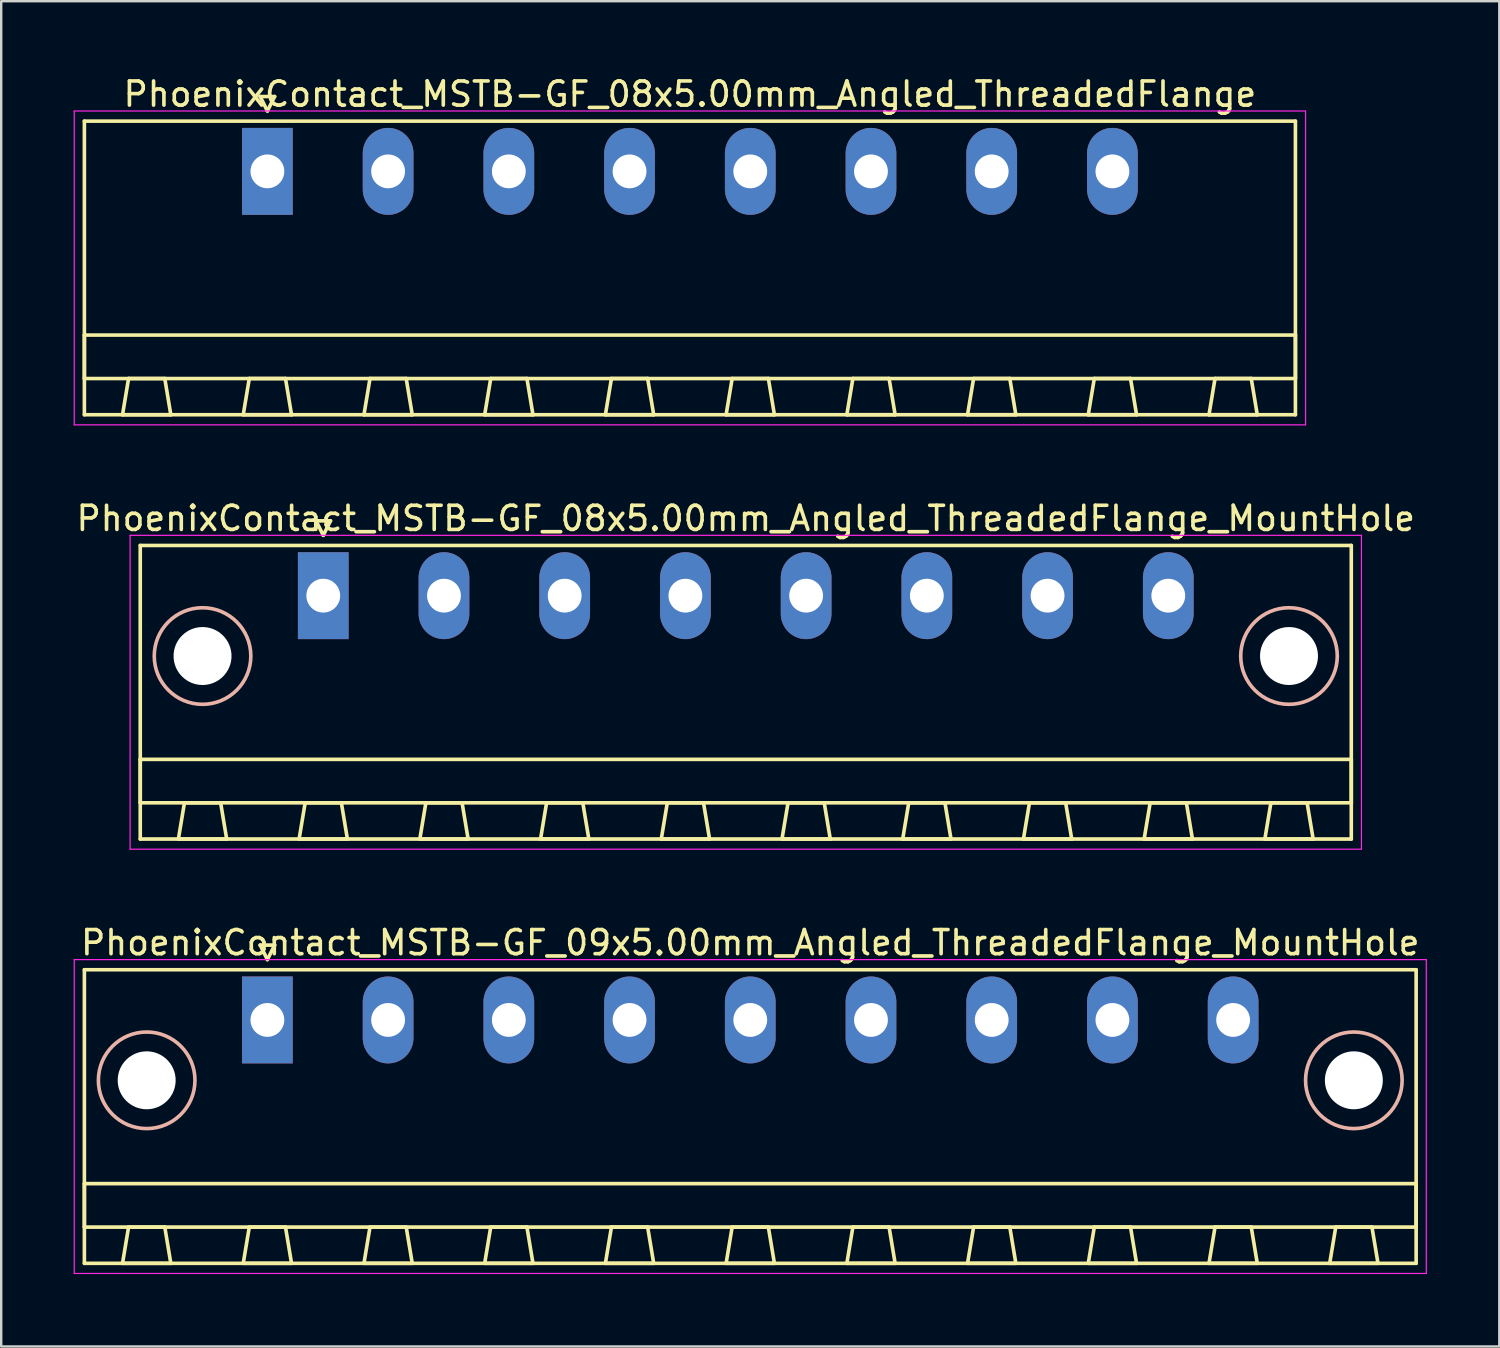
<source format=kicad_pcb>
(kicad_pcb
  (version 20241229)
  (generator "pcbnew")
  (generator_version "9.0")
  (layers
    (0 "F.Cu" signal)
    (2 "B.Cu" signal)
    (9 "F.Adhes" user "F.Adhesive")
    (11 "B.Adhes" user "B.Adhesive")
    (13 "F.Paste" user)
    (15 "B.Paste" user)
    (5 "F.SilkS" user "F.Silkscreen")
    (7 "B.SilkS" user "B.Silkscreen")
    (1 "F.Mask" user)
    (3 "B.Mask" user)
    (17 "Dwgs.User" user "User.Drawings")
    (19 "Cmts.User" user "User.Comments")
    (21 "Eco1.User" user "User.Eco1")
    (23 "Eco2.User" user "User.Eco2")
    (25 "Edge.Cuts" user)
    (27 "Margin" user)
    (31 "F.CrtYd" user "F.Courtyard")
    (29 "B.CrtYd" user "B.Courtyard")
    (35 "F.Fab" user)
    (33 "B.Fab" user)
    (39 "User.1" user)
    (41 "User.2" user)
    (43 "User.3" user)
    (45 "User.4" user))
  (footprint "PhoenixContact_MSTB-GF_09x5.00mm_Angled_ThreadedFlange_MountHole"
    (layer "F.Cu")
    (at 8.025 39.195)
    (property "Reference" "PhoenixContact_MSTB-GF_09x5.00mm_Angled_ThreadedFlange_MountHole" (at 20 -3.2 0) (layer "F.SilkS") (effects (font (size 1 1) (thickness 0.15))))
    (attr through_hole)
    (fp_line (start -7.58 -2.08) (end -7.58 10.08) (stroke (width 0.15) (type solid)) (layer "F.SilkS"))
    (fp_line (start -7.58 6.78) (end 47.58 6.78) (stroke (width 0.15) (type solid)) (layer "F.SilkS"))
    (fp_line (start -7.58 8.58) (end -7.58 6.78) (stroke (width 0.15) (type solid)) (layer "F.SilkS"))
    (fp_line (start -7.58 10.08) (end 47.58 10.08) (stroke (width 0.15) (type solid)) (layer "F.SilkS"))
    (fp_line (start -6 10.08) (end -4 10.08) (stroke (width 0.15) (type solid)) (layer "F.SilkS"))
    (fp_line (start -5.75 8.58) (end -6 10.08) (stroke (width 0.15) (type solid)) (layer "F.SilkS"))
    (fp_line (start -4.25 8.58) (end -5.75 8.58) (stroke (width 0.15) (type solid)) (layer "F.SilkS"))
    (fp_line (start -4 10.08) (end -4.25 8.58) (stroke (width 0.15) (type solid)) (layer "F.SilkS"))
    (fp_line (start -1 10.08) (end 1 10.08) (stroke (width 0.15) (type solid)) (layer "F.SilkS"))
    (fp_line (start -0.75 8.58) (end -1 10.08) (stroke (width 0.15) (type solid)) (layer "F.SilkS"))
    (fp_line (start -0.3 -3.1) (end 0 -2.5) (stroke (width 0.15) (type solid)) (layer "F.SilkS"))
    (fp_line (start 0 -2.5) (end 0.3 -3.1) (stroke (width 0.15) (type solid)) (layer "F.SilkS"))
    (fp_line (start 0.3 -3.1) (end -0.3 -3.1) (stroke (width 0.15) (type solid)) (layer "F.SilkS"))
    (fp_line (start 0.75 8.58) (end -0.75 8.58) (stroke (width 0.15) (type solid)) (layer "F.SilkS"))
    (fp_line (start 1 10.08) (end 0.75 8.58) (stroke (width 0.15) (type solid)) (layer "F.SilkS"))
    (fp_line (start 4 10.08) (end 6 10.08) (stroke (width 0.15) (type solid)) (layer "F.SilkS"))
    (fp_line (start 4.25 8.58) (end 4 10.08) (stroke (width 0.15) (type solid)) (layer "F.SilkS"))
    (fp_line (start 5.75 8.58) (end 4.25 8.58) (stroke (width 0.15) (type solid)) (layer "F.SilkS"))
    (fp_line (start 6 10.08) (end 5.75 8.58) (stroke (width 0.15) (type solid)) (layer "F.SilkS"))
    (fp_line (start 9 10.08) (end 11 10.08) (stroke (width 0.15) (type solid)) (layer "F.SilkS"))
    (fp_line (start 9.25 8.58) (end 9 10.08) (stroke (width 0.15) (type solid)) (layer "F.SilkS"))
    (fp_line (start 10.75 8.58) (end 9.25 8.58) (stroke (width 0.15) (type solid)) (layer "F.SilkS"))
    (fp_line (start 11 10.08) (end 10.75 8.58) (stroke (width 0.15) (type solid)) (layer "F.SilkS"))
    (fp_line (start 14 10.08) (end 16 10.08) (stroke (width 0.15) (type solid)) (layer "F.SilkS"))
    (fp_line (start 14.25 8.58) (end 14 10.08) (stroke (width 0.15) (type solid)) (layer "F.SilkS"))
    (fp_line (start 15.75 8.58) (end 14.25 8.58) (stroke (width 0.15) (type solid)) (layer "F.SilkS"))
    (fp_line (start 16 10.08) (end 15.75 8.58) (stroke (width 0.15) (type solid)) (layer "F.SilkS"))
    (fp_line (start 19 10.08) (end 21 10.08) (stroke (width 0.15) (type solid)) (layer "F.SilkS"))
    (fp_line (start 19.25 8.58) (end 19 10.08) (stroke (width 0.15) (type solid)) (layer "F.SilkS"))
    (fp_line (start 20.75 8.58) (end 19.25 8.58) (stroke (width 0.15) (type solid)) (layer "F.SilkS"))
    (fp_line (start 21 10.08) (end 20.75 8.58) (stroke (width 0.15) (type solid)) (layer "F.SilkS"))
    (fp_line (start 24 10.08) (end 26 10.08) (stroke (width 0.15) (type solid)) (layer "F.SilkS"))
    (fp_line (start 24.25 8.58) (end 24 10.08) (stroke (width 0.15) (type solid)) (layer "F.SilkS"))
    (fp_line (start 25.75 8.58) (end 24.25 8.58) (stroke (width 0.15) (type solid)) (layer "F.SilkS"))
    (fp_line (start 26 10.08) (end 25.75 8.58) (stroke (width 0.15) (type solid)) (layer "F.SilkS"))
    (fp_line (start 29 10.08) (end 31 10.08) (stroke (width 0.15) (type solid)) (layer "F.SilkS"))
    (fp_line (start 29.25 8.58) (end 29 10.08) (stroke (width 0.15) (type solid)) (layer "F.SilkS"))
    (fp_line (start 30.75 8.58) (end 29.25 8.58) (stroke (width 0.15) (type solid)) (layer "F.SilkS"))
    (fp_line (start 31 10.08) (end 30.75 8.58) (stroke (width 0.15) (type solid)) (layer "F.SilkS"))
    (fp_line (start 34 10.08) (end 36 10.08) (stroke (width 0.15) (type solid)) (layer "F.SilkS"))
    (fp_line (start 34.25 8.58) (end 34 10.08) (stroke (width 0.15) (type solid)) (layer "F.SilkS"))
    (fp_line (start 35.75 8.58) (end 34.25 8.58) (stroke (width 0.15) (type solid)) (layer "F.SilkS"))
    (fp_line (start 36 10.08) (end 35.75 8.58) (stroke (width 0.15) (type solid)) (layer "F.SilkS"))
    (fp_line (start 39 10.08) (end 41 10.08) (stroke (width 0.15) (type solid)) (layer "F.SilkS"))
    (fp_line (start 39.25 8.58) (end 39 10.08) (stroke (width 0.15) (type solid)) (layer "F.SilkS"))
    (fp_line (start 40.75 8.58) (end 39.25 8.58) (stroke (width 0.15) (type solid)) (layer "F.SilkS"))
    (fp_line (start 41 10.08) (end 40.75 8.58) (stroke (width 0.15) (type solid)) (layer "F.SilkS"))
    (fp_line (start 44 10.08) (end 46 10.08) (stroke (width 0.15) (type solid)) (layer "F.SilkS"))
    (fp_line (start 44.25 8.58) (end 44 10.08) (stroke (width 0.15) (type solid)) (layer "F.SilkS"))
    (fp_line (start 45.75 8.58) (end 44.25 8.58) (stroke (width 0.15) (type solid)) (layer "F.SilkS"))
    (fp_line (start 46 10.08) (end 45.75 8.58) (stroke (width 0.15) (type solid)) (layer "F.SilkS"))
    (fp_line (start 47.58 -2.08) (end -7.58 -2.08) (stroke (width 0.15) (type solid)) (layer "F.SilkS"))
    (fp_line (start 47.58 6.78) (end 47.58 8.58) (stroke (width 0.15) (type solid)) (layer "F.SilkS"))
    (fp_line (start 47.58 8.58) (end -7.58 8.58) (stroke (width 0.15) (type solid)) (layer "F.SilkS"))
    (fp_line (start 47.58 10.08) (end 47.58 -2.08) (stroke (width 0.15) (type solid)) (layer "F.SilkS"))
    (fp_circle (center -5 2.5) (end -3 2.5) (stroke (width 0.15) (type solid)) (fill no) (layer "B.SilkS"))
    (fp_circle (center 45 2.5) (end 47 2.5) (stroke (width 0.15) (type solid)) (fill no) (layer "B.SilkS"))
    (fp_line (start -8 -2.5) (end -8 10.5) (stroke (width 0.05) (type solid)) (layer "F.CrtYd"))
    (fp_line (start -8 10.5) (end 48 10.5) (stroke (width 0.05) (type solid)) (layer "F.CrtYd"))
    (fp_line (start 48 -2.5) (end -8 -2.5) (stroke (width 0.05) (type solid)) (layer "F.CrtYd"))
    (fp_line (start 48 10.5) (end 48 -2.5) (stroke (width 0.05) (type solid)) (layer "F.CrtYd"))
    (pad "" np_thru_hole circle (at -5 2.5) (size 2.4 2.4) (drill 2.4) (layers "*.Cu" "*.Mask"))
    (pad "" np_thru_hole circle (at 45 2.5) (size 2.4 2.4) (drill 2.4) (layers "*.Cu" "*.Mask"))
    (pad "1" thru_hole rect (at 0 0) (size 2.1 3.6) (drill 1.4) (layers "*.Cu" "*.Mask"))
    (pad "2" thru_hole oval (at 5 0) (size 2.1 3.6) (drill 1.4) (layers "*.Cu" "*.Mask"))
    (pad "3" thru_hole oval (at 10 0) (size 2.1 3.6) (drill 1.4) (layers "*.Cu" "*.Mask"))
    (pad "4" thru_hole oval (at 15 0) (size 2.1 3.6) (drill 1.4) (layers "*.Cu" "*.Mask"))
    (pad "5" thru_hole oval (at 20 0) (size 2.1 3.6) (drill 1.4) (layers "*.Cu" "*.Mask"))
    (pad "6" thru_hole oval (at 25 0) (size 2.1 3.6) (drill 1.4) (layers "*.Cu" "*.Mask"))
    (pad "7" thru_hole oval (at 30 0) (size 2.1 3.6) (drill 1.4) (layers "*.Cu" "*.Mask"))
    (pad "8" thru_hole oval (at 35 0) (size 2.1 3.6) (drill 1.4) (layers "*.Cu" "*.Mask"))
    (pad "9" thru_hole oval (at 40 0) (size 2.1 3.6) (drill 1.4) (layers "*.Cu" "*.Mask")))
  (footprint "PhoenixContact_MSTB-GF_08x5.00mm_Angled_ThreadedFlange_MountHole"
    (layer "F.Cu")
    (at 10.339 21.622)
    (property "Reference" "PhoenixContact_MSTB-GF_08x5.00mm_Angled_ThreadedFlange_MountHole" (at 17.5 -3.2 0) (layer "F.SilkS") (effects (font (size 1 1) (thickness 0.15))))
    (attr through_hole)
    (fp_line (start -7.58 -2.08) (end -7.58 10.08) (stroke (width 0.15) (type solid)) (layer "F.SilkS"))
    (fp_line (start -7.58 6.78) (end 42.58 6.78) (stroke (width 0.15) (type solid)) (layer "F.SilkS"))
    (fp_line (start -7.58 8.58) (end -7.58 6.78) (stroke (width 0.15) (type solid)) (layer "F.SilkS"))
    (fp_line (start -7.58 10.08) (end 42.58 10.08) (stroke (width 0.15) (type solid)) (layer "F.SilkS"))
    (fp_line (start -6 10.08) (end -4 10.08) (stroke (width 0.15) (type solid)) (layer "F.SilkS"))
    (fp_line (start -5.75 8.58) (end -6 10.08) (stroke (width 0.15) (type solid)) (layer "F.SilkS"))
    (fp_line (start -4.25 8.58) (end -5.75 8.58) (stroke (width 0.15) (type solid)) (layer "F.SilkS"))
    (fp_line (start -4 10.08) (end -4.25 8.58) (stroke (width 0.15) (type solid)) (layer "F.SilkS"))
    (fp_line (start -1 10.08) (end 1 10.08) (stroke (width 0.15) (type solid)) (layer "F.SilkS"))
    (fp_line (start -0.75 8.58) (end -1 10.08) (stroke (width 0.15) (type solid)) (layer "F.SilkS"))
    (fp_line (start -0.3 -3.1) (end 0 -2.5) (stroke (width 0.15) (type solid)) (layer "F.SilkS"))
    (fp_line (start 0 -2.5) (end 0.3 -3.1) (stroke (width 0.15) (type solid)) (layer "F.SilkS"))
    (fp_line (start 0.3 -3.1) (end -0.3 -3.1) (stroke (width 0.15) (type solid)) (layer "F.SilkS"))
    (fp_line (start 0.75 8.58) (end -0.75 8.58) (stroke (width 0.15) (type solid)) (layer "F.SilkS"))
    (fp_line (start 1 10.08) (end 0.75 8.58) (stroke (width 0.15) (type solid)) (layer "F.SilkS"))
    (fp_line (start 4 10.08) (end 6 10.08) (stroke (width 0.15) (type solid)) (layer "F.SilkS"))
    (fp_line (start 4.25 8.58) (end 4 10.08) (stroke (width 0.15) (type solid)) (layer "F.SilkS"))
    (fp_line (start 5.75 8.58) (end 4.25 8.58) (stroke (width 0.15) (type solid)) (layer "F.SilkS"))
    (fp_line (start 6 10.08) (end 5.75 8.58) (stroke (width 0.15) (type solid)) (layer "F.SilkS"))
    (fp_line (start 9 10.08) (end 11 10.08) (stroke (width 0.15) (type solid)) (layer "F.SilkS"))
    (fp_line (start 9.25 8.58) (end 9 10.08) (stroke (width 0.15) (type solid)) (layer "F.SilkS"))
    (fp_line (start 10.75 8.58) (end 9.25 8.58) (stroke (width 0.15) (type solid)) (layer "F.SilkS"))
    (fp_line (start 11 10.08) (end 10.75 8.58) (stroke (width 0.15) (type solid)) (layer "F.SilkS"))
    (fp_line (start 14 10.08) (end 16 10.08) (stroke (width 0.15) (type solid)) (layer "F.SilkS"))
    (fp_line (start 14.25 8.58) (end 14 10.08) (stroke (width 0.15) (type solid)) (layer "F.SilkS"))
    (fp_line (start 15.75 8.58) (end 14.25 8.58) (stroke (width 0.15) (type solid)) (layer "F.SilkS"))
    (fp_line (start 16 10.08) (end 15.75 8.58) (stroke (width 0.15) (type solid)) (layer "F.SilkS"))
    (fp_line (start 19 10.08) (end 21 10.08) (stroke (width 0.15) (type solid)) (layer "F.SilkS"))
    (fp_line (start 19.25 8.58) (end 19 10.08) (stroke (width 0.15) (type solid)) (layer "F.SilkS"))
    (fp_line (start 20.75 8.58) (end 19.25 8.58) (stroke (width 0.15) (type solid)) (layer "F.SilkS"))
    (fp_line (start 21 10.08) (end 20.75 8.58) (stroke (width 0.15) (type solid)) (layer "F.SilkS"))
    (fp_line (start 24 10.08) (end 26 10.08) (stroke (width 0.15) (type solid)) (layer "F.SilkS"))
    (fp_line (start 24.25 8.58) (end 24 10.08) (stroke (width 0.15) (type solid)) (layer "F.SilkS"))
    (fp_line (start 25.75 8.58) (end 24.25 8.58) (stroke (width 0.15) (type solid)) (layer "F.SilkS"))
    (fp_line (start 26 10.08) (end 25.75 8.58) (stroke (width 0.15) (type solid)) (layer "F.SilkS"))
    (fp_line (start 29 10.08) (end 31 10.08) (stroke (width 0.15) (type solid)) (layer "F.SilkS"))
    (fp_line (start 29.25 8.58) (end 29 10.08) (stroke (width 0.15) (type solid)) (layer "F.SilkS"))
    (fp_line (start 30.75 8.58) (end 29.25 8.58) (stroke (width 0.15) (type solid)) (layer "F.SilkS"))
    (fp_line (start 31 10.08) (end 30.75 8.58) (stroke (width 0.15) (type solid)) (layer "F.SilkS"))
    (fp_line (start 34 10.08) (end 36 10.08) (stroke (width 0.15) (type solid)) (layer "F.SilkS"))
    (fp_line (start 34.25 8.58) (end 34 10.08) (stroke (width 0.15) (type solid)) (layer "F.SilkS"))
    (fp_line (start 35.75 8.58) (end 34.25 8.58) (stroke (width 0.15) (type solid)) (layer "F.SilkS"))
    (fp_line (start 36 10.08) (end 35.75 8.58) (stroke (width 0.15) (type solid)) (layer "F.SilkS"))
    (fp_line (start 39 10.08) (end 41 10.08) (stroke (width 0.15) (type solid)) (layer "F.SilkS"))
    (fp_line (start 39.25 8.58) (end 39 10.08) (stroke (width 0.15) (type solid)) (layer "F.SilkS"))
    (fp_line (start 40.75 8.58) (end 39.25 8.58) (stroke (width 0.15) (type solid)) (layer "F.SilkS"))
    (fp_line (start 41 10.08) (end 40.75 8.58) (stroke (width 0.15) (type solid)) (layer "F.SilkS"))
    (fp_line (start 42.58 -2.08) (end -7.58 -2.08) (stroke (width 0.15) (type solid)) (layer "F.SilkS"))
    (fp_line (start 42.58 6.78) (end 42.58 8.58) (stroke (width 0.15) (type solid)) (layer "F.SilkS"))
    (fp_line (start 42.58 8.58) (end -7.58 8.58) (stroke (width 0.15) (type solid)) (layer "F.SilkS"))
    (fp_line (start 42.58 10.08) (end 42.58 -2.08) (stroke (width 0.15) (type solid)) (layer "F.SilkS"))
    (fp_circle (center -5 2.5) (end -3 2.5) (stroke (width 0.15) (type solid)) (fill no) (layer "B.SilkS"))
    (fp_circle (center 40 2.5) (end 42 2.5) (stroke (width 0.15) (type solid)) (fill no) (layer "B.SilkS"))
    (fp_line (start -8 -2.5) (end -8 10.5) (stroke (width 0.05) (type solid)) (layer "F.CrtYd"))
    (fp_line (start -8 10.5) (end 43 10.5) (stroke (width 0.05) (type solid)) (layer "F.CrtYd"))
    (fp_line (start 43 -2.5) (end -8 -2.5) (stroke (width 0.05) (type solid)) (layer "F.CrtYd"))
    (fp_line (start 43 10.5) (end 43 -2.5) (stroke (width 0.05) (type solid)) (layer "F.CrtYd"))
    (pad "" np_thru_hole circle (at -5 2.5) (size 2.4 2.4) (drill 2.4) (layers "*.Cu" "*.Mask"))
    (pad "" np_thru_hole circle (at 40 2.5) (size 2.4 2.4) (drill 2.4) (layers "*.Cu" "*.Mask"))
    (pad "1" thru_hole rect (at 0 0) (size 2.1 3.6) (drill 1.4) (layers "*.Cu" "*.Mask"))
    (pad "2" thru_hole oval (at 5 0) (size 2.1 3.6) (drill 1.4) (layers "*.Cu" "*.Mask"))
    (pad "3" thru_hole oval (at 10 0) (size 2.1 3.6) (drill 1.4) (layers "*.Cu" "*.Mask"))
    (pad "4" thru_hole oval (at 15 0) (size 2.1 3.6) (drill 1.4) (layers "*.Cu" "*.Mask"))
    (pad "5" thru_hole oval (at 20 0) (size 2.1 3.6) (drill 1.4) (layers "*.Cu" "*.Mask"))
    (pad "6" thru_hole oval (at 25 0) (size 2.1 3.6) (drill 1.4) (layers "*.Cu" "*.Mask"))
    (pad "7" thru_hole oval (at 30 0) (size 2.1 3.6) (drill 1.4) (layers "*.Cu" "*.Mask"))
    (pad "8" thru_hole oval (at 35 0) (size 2.1 3.6) (drill 1.4) (layers "*.Cu" "*.Mask")))
  (footprint "PhoenixContact_MSTB-GF_08x5.00mm_Angled_ThreadedFlange"
    (layer "F.Cu")
    (at 8.025 4.048)
    (property "Reference" "PhoenixContact_MSTB-GF_08x5.00mm_Angled_ThreadedFlange" (at 17.5 -3.2 0) (layer "F.SilkS") (effects (font (size 1 1) (thickness 0.15))))
    (attr through_hole)
    (fp_line (start -7.58 -2.08) (end -7.58 10.08) (stroke (width 0.15) (type solid)) (layer "F.SilkS"))
    (fp_line (start -7.58 6.78) (end 42.58 6.78) (stroke (width 0.15) (type solid)) (layer "F.SilkS"))
    (fp_line (start -7.58 8.58) (end -7.58 6.78) (stroke (width 0.15) (type solid)) (layer "F.SilkS"))
    (fp_line (start -7.58 10.08) (end 42.58 10.08) (stroke (width 0.15) (type solid)) (layer "F.SilkS"))
    (fp_line (start -6 10.08) (end -4 10.08) (stroke (width 0.15) (type solid)) (layer "F.SilkS"))
    (fp_line (start -5.75 8.58) (end -6 10.08) (stroke (width 0.15) (type solid)) (layer "F.SilkS"))
    (fp_line (start -4.25 8.58) (end -5.75 8.58) (stroke (width 0.15) (type solid)) (layer "F.SilkS"))
    (fp_line (start -4 10.08) (end -4.25 8.58) (stroke (width 0.15) (type solid)) (layer "F.SilkS"))
    (fp_line (start -1 10.08) (end 1 10.08) (stroke (width 0.15) (type solid)) (layer "F.SilkS"))
    (fp_line (start -0.75 8.58) (end -1 10.08) (stroke (width 0.15) (type solid)) (layer "F.SilkS"))
    (fp_line (start -0.3 -3.1) (end 0 -2.5) (stroke (width 0.15) (type solid)) (layer "F.SilkS"))
    (fp_line (start 0 -2.5) (end 0.3 -3.1) (stroke (width 0.15) (type solid)) (layer "F.SilkS"))
    (fp_line (start 0.3 -3.1) (end -0.3 -3.1) (stroke (width 0.15) (type solid)) (layer "F.SilkS"))
    (fp_line (start 0.75 8.58) (end -0.75 8.58) (stroke (width 0.15) (type solid)) (layer "F.SilkS"))
    (fp_line (start 1 10.08) (end 0.75 8.58) (stroke (width 0.15) (type solid)) (layer "F.SilkS"))
    (fp_line (start 4 10.08) (end 6 10.08) (stroke (width 0.15) (type solid)) (layer "F.SilkS"))
    (fp_line (start 4.25 8.58) (end 4 10.08) (stroke (width 0.15) (type solid)) (layer "F.SilkS"))
    (fp_line (start 5.75 8.58) (end 4.25 8.58) (stroke (width 0.15) (type solid)) (layer "F.SilkS"))
    (fp_line (start 6 10.08) (end 5.75 8.58) (stroke (width 0.15) (type solid)) (layer "F.SilkS"))
    (fp_line (start 9 10.08) (end 11 10.08) (stroke (width 0.15) (type solid)) (layer "F.SilkS"))
    (fp_line (start 9.25 8.58) (end 9 10.08) (stroke (width 0.15) (type solid)) (layer "F.SilkS"))
    (fp_line (start 10.75 8.58) (end 9.25 8.58) (stroke (width 0.15) (type solid)) (layer "F.SilkS"))
    (fp_line (start 11 10.08) (end 10.75 8.58) (stroke (width 0.15) (type solid)) (layer "F.SilkS"))
    (fp_line (start 14 10.08) (end 16 10.08) (stroke (width 0.15) (type solid)) (layer "F.SilkS"))
    (fp_line (start 14.25 8.58) (end 14 10.08) (stroke (width 0.15) (type solid)) (layer "F.SilkS"))
    (fp_line (start 15.75 8.58) (end 14.25 8.58) (stroke (width 0.15) (type solid)) (layer "F.SilkS"))
    (fp_line (start 16 10.08) (end 15.75 8.58) (stroke (width 0.15) (type solid)) (layer "F.SilkS"))
    (fp_line (start 19 10.08) (end 21 10.08) (stroke (width 0.15) (type solid)) (layer "F.SilkS"))
    (fp_line (start 19.25 8.58) (end 19 10.08) (stroke (width 0.15) (type solid)) (layer "F.SilkS"))
    (fp_line (start 20.75 8.58) (end 19.25 8.58) (stroke (width 0.15) (type solid)) (layer "F.SilkS"))
    (fp_line (start 21 10.08) (end 20.75 8.58) (stroke (width 0.15) (type solid)) (layer "F.SilkS"))
    (fp_line (start 24 10.08) (end 26 10.08) (stroke (width 0.15) (type solid)) (layer "F.SilkS"))
    (fp_line (start 24.25 8.58) (end 24 10.08) (stroke (width 0.15) (type solid)) (layer "F.SilkS"))
    (fp_line (start 25.75 8.58) (end 24.25 8.58) (stroke (width 0.15) (type solid)) (layer "F.SilkS"))
    (fp_line (start 26 10.08) (end 25.75 8.58) (stroke (width 0.15) (type solid)) (layer "F.SilkS"))
    (fp_line (start 29 10.08) (end 31 10.08) (stroke (width 0.15) (type solid)) (layer "F.SilkS"))
    (fp_line (start 29.25 8.58) (end 29 10.08) (stroke (width 0.15) (type solid)) (layer "F.SilkS"))
    (fp_line (start 30.75 8.58) (end 29.25 8.58) (stroke (width 0.15) (type solid)) (layer "F.SilkS"))
    (fp_line (start 31 10.08) (end 30.75 8.58) (stroke (width 0.15) (type solid)) (layer "F.SilkS"))
    (fp_line (start 34 10.08) (end 36 10.08) (stroke (width 0.15) (type solid)) (layer "F.SilkS"))
    (fp_line (start 34.25 8.58) (end 34 10.08) (stroke (width 0.15) (type solid)) (layer "F.SilkS"))
    (fp_line (start 35.75 8.58) (end 34.25 8.58) (stroke (width 0.15) (type solid)) (layer "F.SilkS"))
    (fp_line (start 36 10.08) (end 35.75 8.58) (stroke (width 0.15) (type solid)) (layer "F.SilkS"))
    (fp_line (start 39 10.08) (end 41 10.08) (stroke (width 0.15) (type solid)) (layer "F.SilkS"))
    (fp_line (start 39.25 8.58) (end 39 10.08) (stroke (width 0.15) (type solid)) (layer "F.SilkS"))
    (fp_line (start 40.75 8.58) (end 39.25 8.58) (stroke (width 0.15) (type solid)) (layer "F.SilkS"))
    (fp_line (start 41 10.08) (end 40.75 8.58) (stroke (width 0.15) (type solid)) (layer "F.SilkS"))
    (fp_line (start 42.58 -2.08) (end -7.58 -2.08) (stroke (width 0.15) (type solid)) (layer "F.SilkS"))
    (fp_line (start 42.58 6.78) (end 42.58 8.58) (stroke (width 0.15) (type solid)) (layer "F.SilkS"))
    (fp_line (start 42.58 8.58) (end -7.58 8.58) (stroke (width 0.15) (type solid)) (layer "F.SilkS"))
    (fp_line (start 42.58 10.08) (end 42.58 -2.08) (stroke (width 0.15) (type solid)) (layer "F.SilkS"))
    (fp_line (start -8 -2.5) (end -8 10.5) (stroke (width 0.05) (type solid)) (layer "F.CrtYd"))
    (fp_line (start -8 10.5) (end 43 10.5) (stroke (width 0.05) (type solid)) (layer "F.CrtYd"))
    (fp_line (start 43 -2.5) (end -8 -2.5) (stroke (width 0.05) (type solid)) (layer "F.CrtYd"))
    (fp_line (start 43 10.5) (end 43 -2.5) (stroke (width 0.05) (type solid)) (layer "F.CrtYd"))
    (pad "1" thru_hole rect (at 0 0) (size 2.1 3.6) (drill 1.4) (layers "*.Cu" "*.Mask"))
    (pad "2" thru_hole oval (at 5 0) (size 2.1 3.6) (drill 1.4) (layers "*.Cu" "*.Mask"))
    (pad "3" thru_hole oval (at 10 0) (size 2.1 3.6) (drill 1.4) (layers "*.Cu" "*.Mask"))
    (pad "4" thru_hole oval (at 15 0) (size 2.1 3.6) (drill 1.4) (layers "*.Cu" "*.Mask"))
    (pad "5" thru_hole oval (at 20 0) (size 2.1 3.6) (drill 1.4) (layers "*.Cu" "*.Mask"))
    (pad "6" thru_hole oval (at 25 0) (size 2.1 3.6) (drill 1.4) (layers "*.Cu" "*.Mask"))
    (pad "7" thru_hole oval (at 30 0) (size 2.1 3.6) (drill 1.4) (layers "*.Cu" "*.Mask"))
    (pad "8" thru_hole oval (at 35 0) (size 2.1 3.6) (drill 1.4) (layers "*.Cu" "*.Mask")))
  (gr_rect
    (start -3 -3)
    (end 59.05 52.72)
    (stroke (width 0.1) (type default))
    (fill no)
    (layer "Edge.Cuts")))
</source>
